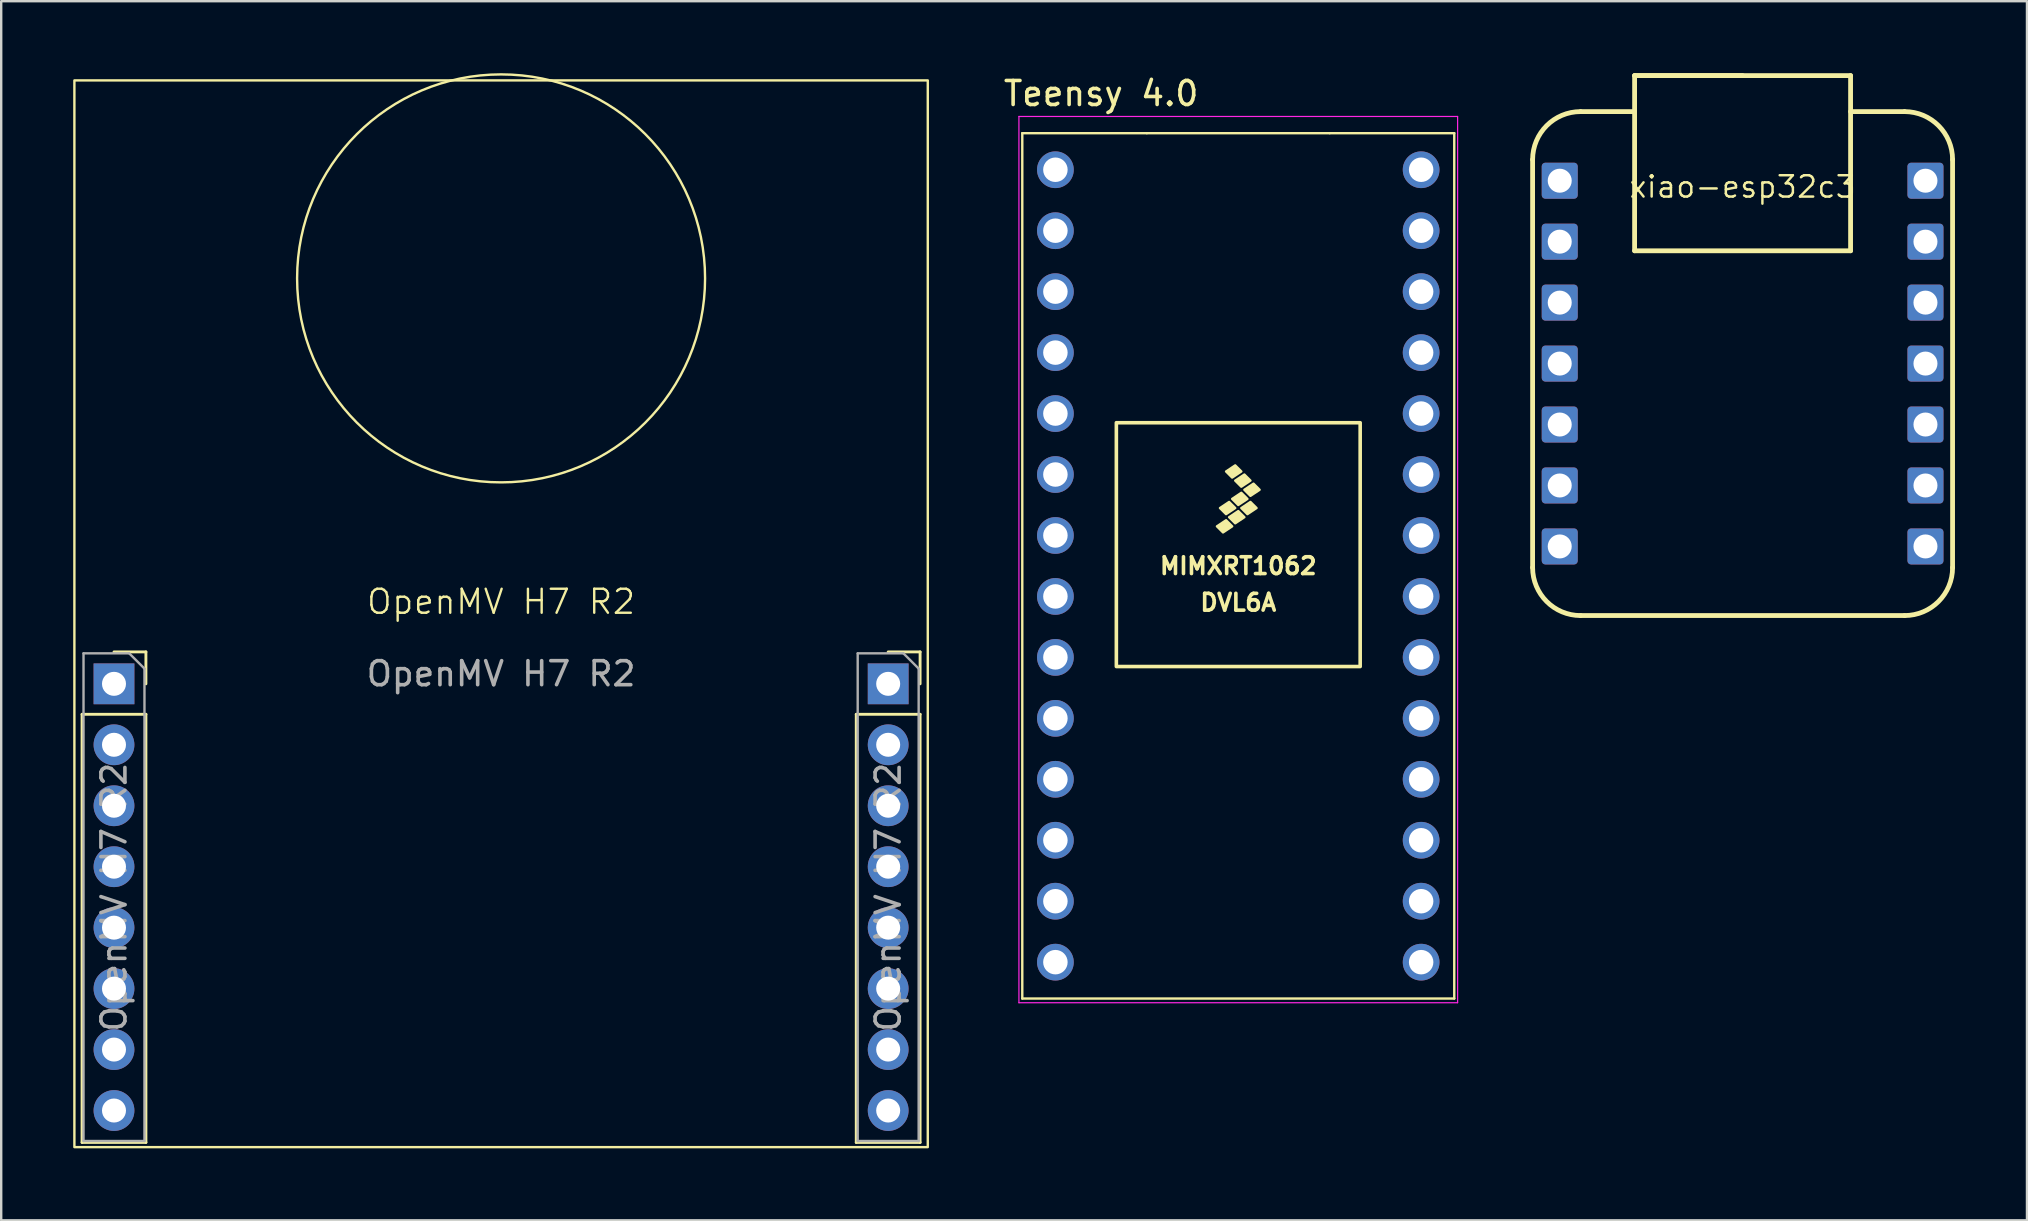
<source format=kicad_pcb>
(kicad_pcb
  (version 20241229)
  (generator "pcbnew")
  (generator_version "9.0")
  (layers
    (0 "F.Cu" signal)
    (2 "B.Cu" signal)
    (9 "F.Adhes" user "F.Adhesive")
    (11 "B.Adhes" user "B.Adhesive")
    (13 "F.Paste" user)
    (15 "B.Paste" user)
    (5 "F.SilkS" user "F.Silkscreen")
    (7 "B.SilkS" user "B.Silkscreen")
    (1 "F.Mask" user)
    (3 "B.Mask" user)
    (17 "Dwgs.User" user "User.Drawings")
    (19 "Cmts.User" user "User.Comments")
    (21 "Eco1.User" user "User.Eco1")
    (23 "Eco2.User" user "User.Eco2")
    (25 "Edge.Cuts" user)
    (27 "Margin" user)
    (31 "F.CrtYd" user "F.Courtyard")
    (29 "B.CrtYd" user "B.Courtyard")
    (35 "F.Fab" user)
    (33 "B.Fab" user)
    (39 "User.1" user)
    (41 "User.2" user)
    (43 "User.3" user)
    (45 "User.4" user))
  (footprint "xiao-esp32c3"
    (layer "F.Cu")
    (at 69.563 12.1)
    (property "Reference" "xiao-esp32c3" (at 0 -7.366 0) (layer "F.SilkS") (effects (font (size 0.889 0.889) (thickness 0.102))))
    (attr smd)
    (fp_line (start -8.75 -8.5) (end -8.75 8.5) (stroke (width 0.2) (type solid)) (layer "F.SilkS"))
    (fp_line (start -6.75 10.5) (end 6.75 10.5) (stroke (width 0.2) (type solid)) (layer "F.SilkS"))
    (fp_line (start -4.5 -12) (end 4.5 -12) (stroke (width 0.2) (type solid)) (layer "F.SilkS"))
    (fp_line (start -4.5 -10.5) (end -6.75 -10.5) (stroke (width 0.2) (type solid)) (layer "F.SilkS"))
    (fp_line (start -4.5 -4.7) (end -4.5 -12) (stroke (width 0.2) (type solid)) (layer "F.SilkS"))
    (fp_line (start 0 -12) (end -4.5 -12) (stroke (width 0.2) (type solid)) (layer "F.SilkS"))
    (fp_line (start 4.5 -12) (end 4.5 -4.7) (stroke (width 0.2) (type solid)) (layer "F.SilkS"))
    (fp_line (start 4.5 -4.7) (end -4.5 -4.7) (stroke (width 0.2) (type solid)) (layer "F.SilkS"))
    (fp_line (start 6.75 -10.5) (end 4.5 -10.5) (stroke (width 0.2) (type solid)) (layer "F.SilkS"))
    (fp_line (start 8.75 8.5) (end 8.75 -8.5) (stroke (width 0.2) (type solid)) (layer "F.SilkS"))
    (fp_arc (start -8.75 -8.5) (mid -8.164214 -9.914214) (end -6.75 -10.5) (stroke (width 0.2) (type solid)) (layer "F.SilkS"))
    (fp_arc (start -6.75 10.5) (mid -8.164214 9.914214) (end -8.75 8.5) (stroke (width 0.2) (type solid)) (layer "F.SilkS"))
    (fp_arc (start 6.75 -10.5) (mid 8.164214 -9.914214) (end 8.75 -8.5) (stroke (width 0.2) (type solid)) (layer "F.SilkS"))
    (fp_arc (start 8.75 8.5) (mid 8.164214 9.914214) (end 6.75 10.5) (stroke (width 0.2) (type solid)) (layer "F.SilkS"))
    (pad "0" thru_hole roundrect (at -7.62 -7.62 180) (size 1.5 1.5) (drill 1) (layers "*.Cu" "*.Mask") (roundrect_rratio 0.1))
    (pad "1" thru_hole roundrect (at -7.62 -5.08 180) (size 1.5 1.5) (drill 1) (layers "*.Cu" "*.Mask") (roundrect_rratio 0.1))
    (pad "2" thru_hole roundrect (at -7.62 -2.54 180) (size 1.5 1.5) (drill 1) (layers "*.Cu" "*.Mask") (roundrect_rratio 0.1))
    (pad "3" thru_hole roundrect (at -7.62 0 180) (size 1.5 1.5) (drill 1) (layers "*.Cu" "*.Mask") (roundrect_rratio 0.1))
    (pad "4" thru_hole roundrect (at -7.62 2.54 180) (size 1.5 1.5) (drill 1) (layers "*.Cu" "*.Mask") (roundrect_rratio 0.1))
    (pad "5" thru_hole roundrect (at -7.62 5.08 180) (size 1.5 1.5) (drill 1) (layers "*.Cu" "*.Mask") (roundrect_rratio 0.1))
    (pad "6" thru_hole roundrect (at -7.62 7.62 180) (size 1.5 1.5) (drill 1) (layers "*.Cu" "*.Mask") (roundrect_rratio 0.1))
    (pad "7" thru_hole roundrect (at 7.62 7.62) (size 1.5 1.5) (drill 1) (layers "*.Cu" "*.Mask") (roundrect_rratio 0.1))
    (pad "8" thru_hole roundrect (at 7.62 5.08) (size 1.5 1.5) (drill 1) (layers "*.Cu" "*.Mask") (roundrect_rratio 0.1))
    (pad "9" thru_hole roundrect (at 7.62 2.54) (size 1.5 1.5) (drill 1) (layers "*.Cu" "*.Mask") (roundrect_rratio 0.1))
    (pad "10" thru_hole roundrect (at 7.62 0) (size 1.5 1.5) (drill 1) (layers "*.Cu" "*.Mask") (roundrect_rratio 0.1))
    (pad "11" thru_hole roundrect (at 7.62 -2.54) (size 1.5 1.5) (drill 1) (layers "*.Cu" "*.Mask") (roundrect_rratio 0.1))
    (pad "12" thru_hole roundrect (at 7.62 -5.08) (size 1.5 1.5) (drill 1) (layers "*.Cu" "*.Mask") (roundrect_rratio 0.1))
    (pad "13" thru_hole roundrect (at 7.62 -7.62) (size 1.5 1.5) (drill 1) (layers "*.Cu" "*.Mask") (roundrect_rratio 0.1)))
  (footprint "OpenMV H7 R2"
    (layer "F.Cu")
    (at 17.83 8.55)
    (property "Reference" "OpenMV H7 R2" (at 0 13.475 0) (unlocked yes) (layer "F.SilkS") (effects (font (size 1 1) (thickness 0.1))))
    (attr smd)
    (fp_line (start -17.46 18.165) (end -17.46 36.005) (stroke (width 0.12) (type solid)) (layer "F.SilkS"))
    (fp_line (start -17.46 18.165) (end -14.8 18.165) (stroke (width 0.12) (type solid)) (layer "F.SilkS"))
    (fp_line (start -17.46 36.005) (end -14.8 36.005) (stroke (width 0.12) (type solid)) (layer "F.SilkS"))
    (fp_line (start -16.13 15.565) (end -14.8 15.565) (stroke (width 0.12) (type solid)) (layer "F.SilkS"))
    (fp_line (start -14.8 15.565) (end -14.8 16.895) (stroke (width 0.12) (type solid)) (layer "F.SilkS"))
    (fp_line (start -14.8 18.165) (end -14.8 36.005) (stroke (width 0.12) (type solid)) (layer "F.SilkS"))
    (fp_line (start 14.8 18.165) (end 14.8 36.005) (stroke (width 0.12) (type solid)) (layer "F.SilkS"))
    (fp_line (start 14.8 18.165) (end 17.46 18.165) (stroke (width 0.12) (type solid)) (layer "F.SilkS"))
    (fp_line (start 14.8 36.005) (end 17.46 36.005) (stroke (width 0.12) (type solid)) (layer "F.SilkS"))
    (fp_line (start 16.13 15.565) (end 17.46 15.565) (stroke (width 0.12) (type solid)) (layer "F.SilkS"))
    (fp_line (start 17.46 15.565) (end 17.46 16.895) (stroke (width 0.12) (type solid)) (layer "F.SilkS"))
    (fp_line (start 17.46 18.165) (end 17.46 36.005) (stroke (width 0.12) (type solid)) (layer "F.SilkS"))
    (fp_rect (start -17.78 -8.25) (end 17.78 36.2) (stroke (width 0.1) (type default)) (fill no) (layer "F.SilkS"))
    (fp_circle (center 0 0) (end 8.5 0) (stroke (width 0.1) (type default)) (fill no) (layer "F.SilkS"))
    (fp_line (start -17.4 15.625) (end -15.495 15.625) (stroke (width 0.1) (type solid)) (layer "F.Fab"))
    (fp_line (start -17.4 35.945) (end -17.4 15.625) (stroke (width 0.1) (type solid)) (layer "F.Fab"))
    (fp_line (start -15.495 15.625) (end -14.86 16.26) (stroke (width 0.1) (type solid)) (layer "F.Fab"))
    (fp_line (start -14.86 16.26) (end -14.86 35.945) (stroke (width 0.1) (type solid)) (layer "F.Fab"))
    (fp_line (start -14.86 35.945) (end -17.4 35.945) (stroke (width 0.1) (type solid)) (layer "F.Fab"))
    (fp_line (start 14.86 15.625) (end 16.765 15.625) (stroke (width 0.1) (type solid)) (layer "F.Fab"))
    (fp_line (start 14.86 35.945) (end 14.86 15.625) (stroke (width 0.1) (type solid)) (layer "F.Fab"))
    (fp_line (start 16.765 15.625) (end 17.4 16.26) (stroke (width 0.1) (type solid)) (layer "F.Fab"))
    (fp_line (start 17.4 16.26) (end 17.4 35.945) (stroke (width 0.1) (type solid)) (layer "F.Fab"))
    (fp_line (start 17.4 35.945) (end 14.86 35.945) (stroke (width 0.1) (type solid)) (layer "F.Fab"))
    (fp_text user "${REFERENCE}" (at 16.13 25.785 90) (layer "F.Fab") (effects (font (size 1 1) (thickness 0.15))))
    (fp_text user "${REFERENCE}" (at -16.13 25.785 90) (layer "F.Fab") (effects (font (size 1 1) (thickness 0.15))))
    (fp_text user "${REFERENCE}" (at 0 16.475 0) (unlocked yes) (layer "F.Fab") (effects (font (size 1 1) (thickness 0.15))))
    (pad "0" thru_hole rect (at -16.13 16.895) (size 1.7 1.7) (drill 1) (layers "*.Cu" "*.Mask"))
    (pad "1" thru_hole oval (at -16.13 19.435) (size 1.7 1.7) (drill 1) (layers "*.Cu" "*.Mask"))
    (pad "2" thru_hole oval (at -16.13 21.975) (size 1.7 1.7) (drill 1) (layers "*.Cu" "*.Mask"))
    (pad "3" thru_hole oval (at -16.13 24.515) (size 1.7 1.7) (drill 1) (layers "*.Cu" "*.Mask"))
    (pad "3V3" thru_hole oval (at -16.13 34.675) (size 1.7 1.7) (drill 1) (layers "*.Cu" "*.Mask"))
    (pad "4" thru_hole oval (at -16.13 27.055) (size 1.7 1.7) (drill 1) (layers "*.Cu" "*.Mask"))
    (pad "5" thru_hole oval (at -16.13 29.595) (size 1.7 1.7) (drill 1) (layers "*.Cu" "*.Mask"))
    (pad "6" thru_hole oval (at -16.13 32.135) (size 1.7 1.7) (drill 1) (layers "*.Cu" "*.Mask"))
    (pad "7" thru_hole oval (at 16.13 29.595) (size 1.7 1.7) (drill 1) (layers "*.Cu" "*.Mask"))
    (pad "8" thru_hole oval (at 16.13 27.055) (size 1.7 1.7) (drill 1) (layers "*.Cu" "*.Mask"))
    (pad "9" thru_hole oval (at 16.13 24.515) (size 1.7 1.7) (drill 1) (layers "*.Cu" "*.Mask"))
    (pad "BOOT" thru_hole oval (at 16.13 19.435) (size 1.7 1.7) (drill 1) (layers "*.Cu" "*.Mask"))
    (pad "GND" thru_hole oval (at 16.13 34.675) (size 1.7 1.7) (drill 1) (layers "*.Cu" "*.Mask"))
    (pad "RST" thru_hole rect (at 16.13 16.895) (size 1.7 1.7) (drill 1) (layers "*.Cu" "*.Mask"))
    (pad "SYN" thru_hole oval (at 16.13 21.975) (size 1.7 1.7) (drill 1) (layers "*.Cu" "*.Mask"))
    (pad "VIN" thru_hole oval (at 16.13 32.135) (size 1.7 1.7) (drill 1) (layers "*.Cu" "*.Mask")))
  (footprint "Teensy 4.0"
    (layer "F.Cu")
    (at 48.548 20.533)
    (property "Reference" "Teensy 4.0" (at -5.715 -19.685 0) (layer "F.SilkS") (effects (font (size 1 1) (thickness 0.15))))
    (attr through_hole)
    (fp_line (start -9 -18.034) (end -9 18.026) (stroke (width 0.1) (type default)) (layer "F.SilkS"))
    (fp_line (start -3.81 -18.034) (end -9 -18.034) (stroke (width 0.1) (type default)) (layer "F.SilkS"))
    (fp_line (start 3.81 -18.034) (end -3.81 -18.034) (stroke (width 0.1) (type default)) (layer "F.SilkS"))
    (fp_line (start 9 -18.034) (end 3.81 -18.034) (stroke (width 0.1) (type default)) (layer "F.SilkS"))
    (fp_line (start 9 -18.034) (end 9 18.026) (stroke (width 0.1) (type default)) (layer "F.SilkS"))
    (fp_line (start 9 18.026) (end -9 18.026) (stroke (width 0.1) (type default)) (layer "F.SilkS"))
    (fp_rect (start 5.08 -5.969) (end -5.08 4.191) (stroke (width 0.15) (type solid)) (fill no) (layer "F.SilkS"))
    (fp_poly (pts (xy -0.508 -1.905) (xy -0.254 -1.651) (xy -0.635 -1.397) (xy -0.889 -1.651)) (stroke (width 0.1) (type solid)) (fill yes) (layer "F.SilkS"))
    (fp_poly (pts (xy -0.381 -2.667) (xy -0.127 -2.413) (xy -0.508 -2.159) (xy -0.762 -2.413)) (stroke (width 0.1) (type solid)) (fill yes) (layer "F.SilkS"))
    (fp_poly (pts (xy -0.127 -4.191) (xy 0.127 -3.937) (xy -0.254 -3.683) (xy -0.508 -3.937)) (stroke (width 0.1) (type solid)) (fill yes) (layer "F.SilkS"))
    (fp_poly (pts (xy 0 -2.286) (xy 0.254 -2.032) (xy -0.127 -1.778) (xy -0.381 -2.032)) (stroke (width 0.1) (type solid)) (fill yes) (layer "F.SilkS"))
    (fp_poly (pts (xy 0.127 -3.048) (xy 0.381 -2.794) (xy 0 -2.54) (xy -0.254 -2.794)) (stroke (width 0.1) (type solid)) (fill yes) (layer "F.SilkS"))
    (fp_poly (pts (xy 0.254 -3.81) (xy 0.508 -3.556) (xy 0.127 -3.302) (xy -0.127 -3.556)) (stroke (width 0.1) (type solid)) (fill yes) (layer "F.SilkS"))
    (fp_poly (pts (xy 0.508 -2.667) (xy 0.762 -2.413) (xy 0.381 -2.159) (xy 0.127 -2.413)) (stroke (width 0.1) (type solid)) (fill yes) (layer "F.SilkS"))
    (fp_poly (pts (xy 0.635 -3.429) (xy 0.889 -3.175) (xy 0.508 -2.921) (xy 0.254 -3.175)) (stroke (width 0.1) (type solid)) (fill yes) (layer "F.SilkS"))
    (fp_line (start -9.14 -18.73) (end 9.14 -18.73) (stroke (width 0.05) (type solid)) (layer "F.CrtYd"))
    (fp_line (start -9.14 18.2) (end -9.14 -18.73) (stroke (width 0.05) (type solid)) (layer "F.CrtYd"))
    (fp_line (start 9.14 -18.73) (end 9.14 18.2) (stroke (width 0.05) (type solid)) (layer "F.CrtYd"))
    (fp_line (start 9.14 18.2) (end -9.14 18.2) (stroke (width 0.05) (type solid)) (layer "F.CrtYd"))
    (fp_text user "DVL6A" (at 0 1.524 0) (layer "F.SilkS") (effects (font (size 0.7 0.7) (thickness 0.15))))
    (fp_text user "MIMXRT1062" (at 0 0 0) (layer "F.SilkS") (effects (font (size 0.7 0.7) (thickness 0.15))))
    (pad "0" thru_hole circle (at -7.62 -13.97) (size 1.53 1.53) (drill 1.02) (layers "*.Cu" "*.Mask"))
    (pad "1" thru_hole circle (at -7.62 -11.43) (size 1.53 1.53) (drill 1.02) (layers "*.Cu" "*.Mask"))
    (pad "2" thru_hole circle (at -7.62 -8.89) (size 1.53 1.53) (drill 1.02) (layers "*.Cu" "*.Mask"))
    (pad "3" thru_hole circle (at -7.62 -6.35) (size 1.53 1.53) (drill 1.02) (layers "*.Cu" "*.Mask"))
    (pad "3.3V_2" thru_hole circle (at 7.62 -11.43) (size 1.53 1.53) (drill 1.02) (layers "*.Cu" "*.Mask"))
    (pad "4" thru_hole circle (at -7.62 -3.81) (size 1.53 1.53) (drill 1.02) (layers "*.Cu" "*.Mask"))
    (pad "5" thru_hole circle (at -7.62 -1.27) (size 1.53 1.53) (drill 1.02) (layers "*.Cu" "*.Mask"))
    (pad "6" thru_hole circle (at -7.62 1.27) (size 1.53 1.53) (drill 1.02) (layers "*.Cu" "*.Mask"))
    (pad "7" thru_hole circle (at -7.62 3.81) (size 1.53 1.53) (drill 1.02) (layers "*.Cu" "*.Mask"))
    (pad "8" thru_hole circle (at -7.62 6.35) (size 1.53 1.53) (drill 1.02) (layers "*.Cu" "*.Mask"))
    (pad "9" thru_hole circle (at -7.62 8.89) (size 1.53 1.53) (drill 1.02) (layers "*.Cu" "*.Mask"))
    (pad "10" thru_hole circle (at -7.62 11.43) (size 1.53 1.53) (drill 1.02) (layers "*.Cu" "*.Mask"))
    (pad "11" thru_hole circle (at -7.62 13.97) (size 1.53 1.53) (drill 1.02) (layers "*.Cu" "*.Mask"))
    (pad "12" thru_hole circle (at -7.62 16.51) (size 1.53 1.53) (drill 1.02) (layers "*.Cu" "*.Mask"))
    (pad "13" thru_hole circle (at 7.62 16.51) (size 1.53 1.53) (drill 1.02) (layers "*.Cu" "*.Mask"))
    (pad "14" thru_hole circle (at 7.62 13.97) (size 1.53 1.53) (drill 1.02) (layers "*.Cu" "*.Mask"))
    (pad "15" thru_hole circle (at 7.62 11.43) (size 1.53 1.53) (drill 1.02) (layers "*.Cu" "*.Mask"))
    (pad "16" thru_hole circle (at 7.62 8.89) (size 1.53 1.53) (drill 1.02) (layers "*.Cu" "*.Mask"))
    (pad "17" thru_hole circle (at 7.62 6.35) (size 1.53 1.53) (drill 1.02) (layers "*.Cu" "*.Mask"))
    (pad "18" thru_hole circle (at 7.62 3.81) (size 1.53 1.53) (drill 1.02) (layers "*.Cu" "*.Mask"))
    (pad "19" thru_hole circle (at 7.62 1.27) (size 1.53 1.53) (drill 1.02) (layers "*.Cu" "*.Mask"))
    (pad "20" thru_hole circle (at 7.62 -1.27) (size 1.53 1.53) (drill 1.02) (layers "*.Cu" "*.Mask"))
    (pad "21" thru_hole circle (at 7.62 -3.81) (size 1.53 1.53) (drill 1.02) (layers "*.Cu" "*.Mask"))
    (pad "22" thru_hole circle (at 7.62 -6.35) (size 1.53 1.53) (drill 1.02) (layers "*.Cu" "*.Mask"))
    (pad "23" thru_hole circle (at 7.62 -8.89) (size 1.53 1.53) (drill 1.02) (layers "*.Cu" "*.Mask"))
    (pad "G1" thru_hole circle (at -7.62 -16.51) (size 1.53 1.53) (drill 1.02) (layers "*.Cu" "*.Mask"))
    (pad "G3" thru_hole circle (at 7.62 -13.97) (size 1.53 1.53) (drill 1.02) (layers "*.Cu" "*.Mask"))
    (pad "VIN" thru_hole circle (at 7.62 -16.51) (size 1.53 1.53) (drill 1.02) (layers "*.Cu" "*.Mask")))
  (gr_rect
    (start -3 -3)
    (end 81.413 47.8)
    (stroke (width 0.1) (type default))
    (fill no)
    (layer "Edge.Cuts")))
</source>
